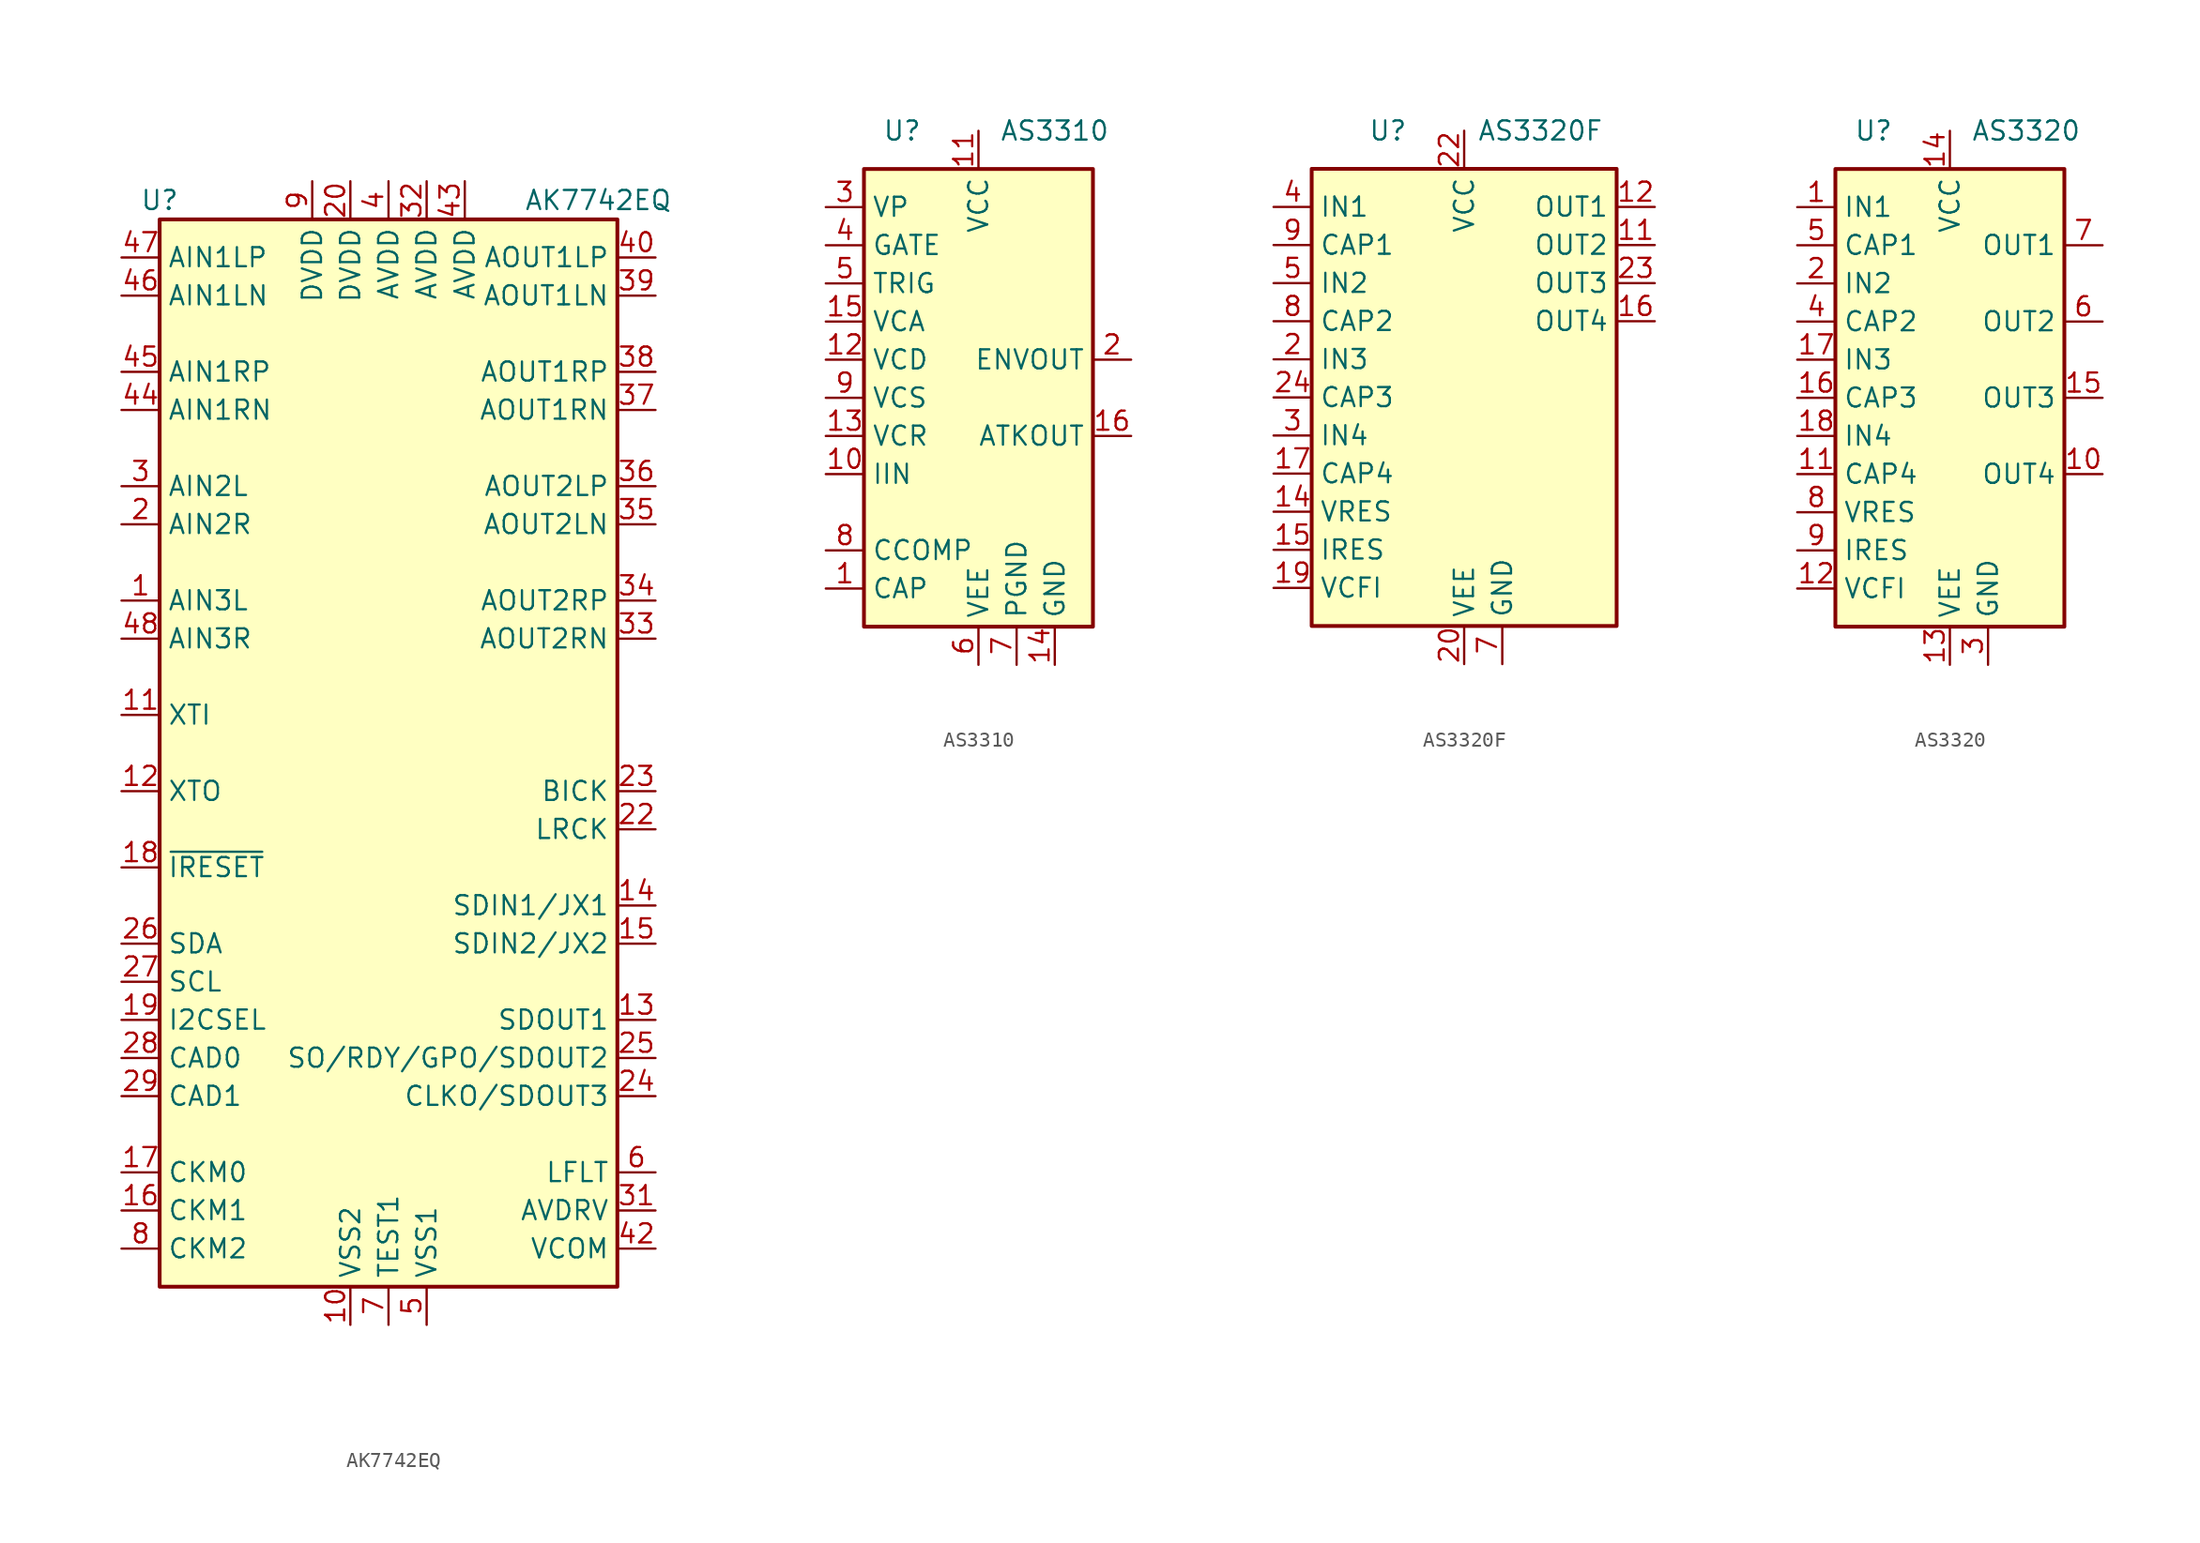
<source format=kicad_sym>
(kicad_symbol_lib
  (version 20241209)
  (generator "kicad_symbol_editor")
  (generator_version "9.0")
  (symbol "AK7742EQ"
    (property "Reference" "U"
      (at -15.24 36.83 0)
      (effects (font (size 1.27 1.27))))
    (property "Value" "AK7742EQ"
      (at 13.97 36.83 0)
      (effects (font (size 1.27 1.27))))
    (symbol "AK7742EQ_0_1"
      (rectangle (start -15.24 35.56) (end 15.24 -35.56) (stroke (width 0.254) (type default)) (fill (type background))))
    (symbol "AK7742EQ_1_1"
      (pin input line (at -17.78 33.02 0) (length 2.54) (name "AIN1LP" (effects (font (size 1.27 1.27)))) (number "47" (effects (font (size 1.27 1.27)))))
      (pin input line (at -17.78 30.48 0) (length 2.54) (name "AIN1LN" (effects (font (size 1.27 1.27)))) (number "46" (effects (font (size 1.27 1.27)))))
      (pin input line (at -17.78 25.4 0) (length 2.54) (name "AIN1RP" (effects (font (size 1.27 1.27)))) (number "45" (effects (font (size 1.27 1.27)))))
      (pin input line (at -17.78 22.86 0) (length 2.54) (name "AIN1RN" (effects (font (size 1.27 1.27)))) (number "44" (effects (font (size 1.27 1.27)))))
      (pin input line (at -17.78 17.78 0) (length 2.54) (name "AIN2L" (effects (font (size 1.27 1.27)))) (number "3" (effects (font (size 1.27 1.27)))))
      (pin input line (at -17.78 15.24 0) (length 2.54) (name "AIN2R" (effects (font (size 1.27 1.27)))) (number "2" (effects (font (size 1.27 1.27)))))
      (pin input line (at -17.78 10.16 0) (length 2.54) (name "AIN3L" (effects (font (size 1.27 1.27)))) (number "1" (effects (font (size 1.27 1.27)))))
      (pin input line (at -17.78 7.62 0) (length 2.54) (name "AIN3R" (effects (font (size 1.27 1.27)))) (number "48" (effects (font (size 1.27 1.27)))))
      (pin input line (at -17.78 2.54 0) (length 2.54) (name "XTI" (effects (font (size 1.27 1.27)))) (number "11" (effects (font (size 1.27 1.27)))))
      (pin output line (at -17.78 -2.54 0) (length 2.54) (name "XTO" (effects (font (size 1.27 1.27)))) (number "12" (effects (font (size 1.27 1.27)))))
      (pin input line (at -17.78 -7.62 0) (length 2.54) (name "~{IRESET}" (effects (font (size 1.27 1.27)))) (number "18" (effects (font (size 1.27 1.27)))))
      (pin bidirectional line (at -17.78 -12.7 0) (length 2.54) (name "SDA" (effects (font (size 1.27 1.27)))) (number "26" (effects (font (size 1.27 1.27)))))
      (pin input line (at -17.78 -15.24 0) (length 2.54) (name "SCL" (effects (font (size 1.27 1.27)))) (number "27" (effects (font (size 1.27 1.27)))))
      (pin input line (at -17.78 -17.78 0) (length 2.54) (name "I2CSEL" (effects (font (size 1.27 1.27)))) (number "19" (effects (font (size 1.27 1.27)))))
      (pin input line (at -17.78 -20.32 0) (length 2.54) (name "CAD0" (effects (font (size 1.27 1.27)))) (number "28" (effects (font (size 1.27 1.27)))))
      (pin input line (at -17.78 -22.86 0) (length 2.54) (name "CAD1" (effects (font (size 1.27 1.27)))) (number "29" (effects (font (size 1.27 1.27)))))
      (pin input line (at -17.78 -27.94 0) (length 2.54) (name "CKM0" (effects (font (size 1.27 1.27)))) (number "17" (effects (font (size 1.27 1.27)))))
      (pin input line (at -17.78 -30.48 0) (length 2.54) (name "CKM1" (effects (font (size 1.27 1.27)))) (number "16" (effects (font (size 1.27 1.27)))))
      (pin input line (at -17.78 -33.02 0) (length 2.54) (name "CKM2" (effects (font (size 1.27 1.27)))) (number "8" (effects (font (size 1.27 1.27)))))
      (pin power_in line (at -5.08 38.1 270) (length 2.54) (name "DVDD" (effects (font (size 1.27 1.27)))) (number "9" (effects (font (size 1.27 1.27)))))
      (pin power_in line (at -2.54 38.1 270) (length 2.54) (name "DVDD" (effects (font (size 1.27 1.27)))) (number "20" (effects (font (size 1.27 1.27)))))
      (pin power_in line (at -2.54 -38.1 90) (length 2.54) (name "VSS2" (effects (font (size 1.27 1.27)))) (number "10" (effects (font (size 1.27 1.27)))))
      (pin passive line (at -2.54 -38.1 90) (length 2.54) (hide yes) (name "VSS2" (effects (font (size 1.27 1.27)))) (number "21" (effects (font (size 1.27 1.27)))))
      (pin power_in line (at 0 38.1 270) (length 2.54) (name "AVDD" (effects (font (size 1.27 1.27)))) (number "4" (effects (font (size 1.27 1.27)))))
      (pin passive line (at 0 -38.1 90) (length 2.54) (name "TEST1" (effects (font (size 1.27 1.27)))) (number "7" (effects (font (size 1.27 1.27)))))
      (pin power_in line (at 2.54 38.1 270) (length 2.54) (name "AVDD" (effects (font (size 1.27 1.27)))) (number "32" (effects (font (size 1.27 1.27)))))
      (pin passive line (at 2.54 -38.1 90) (length 2.54) (hide yes) (name "VSS1" (effects (font (size 1.27 1.27)))) (number "30" (effects (font (size 1.27 1.27)))))
      (pin passive line (at 2.54 -38.1 90) (length 2.54) (hide yes) (name "VSS1" (effects (font (size 1.27 1.27)))) (number "41" (effects (font (size 1.27 1.27)))))
      (pin power_in line (at 2.54 -38.1 90) (length 2.54) (name "VSS1" (effects (font (size 1.27 1.27)))) (number "5" (effects (font (size 1.27 1.27)))))
      (pin power_in line (at 5.08 38.1 270) (length 2.54) (name "AVDD" (effects (font (size 1.27 1.27)))) (number "43" (effects (font (size 1.27 1.27)))))
      (pin output line (at 17.78 33.02 180) (length 2.54) (name "AOUT1LP" (effects (font (size 1.27 1.27)))) (number "40" (effects (font (size 1.27 1.27)))))
      (pin output line (at 17.78 30.48 180) (length 2.54) (name "AOUT1LN" (effects (font (size 1.27 1.27)))) (number "39" (effects (font (size 1.27 1.27)))))
      (pin output line (at 17.78 25.4 180) (length 2.54) (name "AOUT1RP" (effects (font (size 1.27 1.27)))) (number "38" (effects (font (size 1.27 1.27)))))
      (pin output line (at 17.78 22.86 180) (length 2.54) (name "AOUT1RN" (effects (font (size 1.27 1.27)))) (number "37" (effects (font (size 1.27 1.27)))))
      (pin output line (at 17.78 17.78 180) (length 2.54) (name "AOUT2LP" (effects (font (size 1.27 1.27)))) (number "36" (effects (font (size 1.27 1.27)))))
      (pin output line (at 17.78 15.24 180) (length 2.54) (name "AOUT2LN" (effects (font (size 1.27 1.27)))) (number "35" (effects (font (size 1.27 1.27)))))
      (pin output line (at 17.78 10.16 180) (length 2.54) (name "AOUT2RP" (effects (font (size 1.27 1.27)))) (number "34" (effects (font (size 1.27 1.27)))))
      (pin output line (at 17.78 7.62 180) (length 2.54) (name "AOUT2RN" (effects (font (size 1.27 1.27)))) (number "33" (effects (font (size 1.27 1.27)))))
      (pin bidirectional line (at 17.78 -2.54 180) (length 2.54) (name "BICK" (effects (font (size 1.27 1.27)))) (number "23" (effects (font (size 1.27 1.27)))))
      (pin bidirectional line (at 17.78 -5.08 180) (length 2.54) (name "LRCK" (effects (font (size 1.27 1.27)))) (number "22" (effects (font (size 1.27 1.27)))))
      (pin input line (at 17.78 -10.16 180) (length 2.54) (name "SDIN1/JX1" (effects (font (size 1.27 1.27)))) (number "14" (effects (font (size 1.27 1.27)))))
      (pin input line (at 17.78 -12.7 180) (length 2.54) (name "SDIN2/JX2" (effects (font (size 1.27 1.27)))) (number "15" (effects (font (size 1.27 1.27)))))
      (pin output line (at 17.78 -17.78 180) (length 2.54) (name "SDOUT1" (effects (font (size 1.27 1.27)))) (number "13" (effects (font (size 1.27 1.27)))))
      (pin output line (at 17.78 -20.32 180) (length 2.54) (name "SO/RDY/GPO/SDOUT2" (effects (font (size 1.27 1.27)))) (number "25" (effects (font (size 1.27 1.27)))))
      (pin output line (at 17.78 -22.86 180) (length 2.54) (name "CLKO/SDOUT3" (effects (font (size 1.27 1.27)))) (number "24" (effects (font (size 1.27 1.27)))))
      (pin passive line (at 17.78 -27.94 180) (length 2.54) (name "LFLT" (effects (font (size 1.27 1.27)))) (number "6" (effects (font (size 1.27 1.27)))))
      (pin passive line (at 17.78 -30.48 180) (length 2.54) (name "AVDRV" (effects (font (size 1.27 1.27)))) (number "31" (effects (font (size 1.27 1.27)))))
      (pin passive line (at 17.78 -33.02 180) (length 2.54) (name "VCOM" (effects (font (size 1.27 1.27)))) (number "42" (effects (font (size 1.27 1.27)))))))
  (symbol "AS3310"
    (property "Reference" "U"
      (at -5.08 17.78 0)
      (effects (font (size 1.27 1.27))))
    (property "Value" "AS3310"
      (at 5.08 17.78 0)
      (effects (font (size 1.27 1.27))))
    (symbol "AS3310_0_1"
      (rectangle (start 7.62 -15.24) (end -7.62 15.24) (stroke (width 0.254) (type default)) (fill (type background))))
    (symbol "AS3310_1_1"
      (pin input line (at -10.16 12.7 0) (length 2.54) (name "VP" (effects (font (size 1.27 1.27)))) (number "3" (effects (font (size 1.27 1.27)))))
      (pin input line (at -10.16 10.16 0) (length 2.54) (name "GATE" (effects (font (size 1.27 1.27)))) (number "4" (effects (font (size 1.27 1.27)))))
      (pin input line (at -10.16 7.62 0) (length 2.54) (name "TRIG" (effects (font (size 1.27 1.27)))) (number "5" (effects (font (size 1.27 1.27)))))
      (pin input line (at -10.16 5.08 0) (length 2.54) (name "VCA" (effects (font (size 1.27 1.27)))) (number "15" (effects (font (size 1.27 1.27)))))
      (pin input line (at -10.16 2.54 0) (length 2.54) (name "VCD" (effects (font (size 1.27 1.27)))) (number "12" (effects (font (size 1.27 1.27)))))
      (pin input line (at -10.16 0 0) (length 2.54) (name "VCS" (effects (font (size 1.27 1.27)))) (number "9" (effects (font (size 1.27 1.27)))))
      (pin input line (at -10.16 -2.54 0) (length 2.54) (name "VCR" (effects (font (size 1.27 1.27)))) (number "13" (effects (font (size 1.27 1.27)))))
      (pin input line (at -10.16 -5.08 0) (length 2.54) (name "IIN" (effects (font (size 1.27 1.27)))) (number "10" (effects (font (size 1.27 1.27)))))
      (pin passive line (at -10.16 -10.16 0) (length 2.54) (name "CCOMP" (effects (font (size 1.27 1.27)))) (number "8" (effects (font (size 1.27 1.27)))))
      (pin passive line (at -10.16 -12.7 0) (length 2.54) (name "CAP" (effects (font (size 1.27 1.27)))) (number "1" (effects (font (size 1.27 1.27)))))
      (pin power_in line (at 0 17.78 270) (length 2.54) (name "VCC" (effects (font (size 1.27 1.27)))) (number "11" (effects (font (size 1.27 1.27)))))
      (pin power_in line (at 0 -17.78 90) (length 2.54) (name "VEE" (effects (font (size 1.27 1.27)))) (number "6" (effects (font (size 1.27 1.27)))))
      (pin power_in line (at 2.54 -17.78 90) (length 2.54) (name "PGND" (effects (font (size 1.27 1.27)))) (number "7" (effects (font (size 1.27 1.27)))))
      (pin power_in line (at 5.08 -17.78 90) (length 2.54) (name "GND" (effects (font (size 1.27 1.27)))) (number "14" (effects (font (size 1.27 1.27)))))
      (pin output line (at 10.16 2.54 180) (length 2.54) (name "ENVOUT" (effects (font (size 1.27 1.27)))) (number "2" (effects (font (size 1.27 1.27)))))
      (pin output line (at 10.16 -2.54 180) (length 2.54) (name "ATKOUT" (effects (font (size 1.27 1.27)))) (number "16" (effects (font (size 1.27 1.27)))))))
  (symbol "AS3320F"
    (property "Reference" "U"
      (at -5.08 17.78 0)
      (effects (font (size 1.27 1.27))))
    (property "Value" "AS3320F"
      (at 5.08 17.78 0)
      (effects (font (size 1.27 1.27))))
    (symbol "AS3320F_0_1"
      (rectangle (start -10.16 15.24) (end 10.16 -15.24) (stroke (width 0.254) (type default)) (fill (type background))))
    (symbol "AS3320F_1_1"
      (pin input line (at -12.7 12.7 0) (length 2.54) (name "IN1" (effects (font (size 1.27 1.27)))) (number "4" (effects (font (size 1.27 1.27)))))
      (pin passive line (at -12.7 10.16 0) (length 2.54) (name "CAP1" (effects (font (size 1.27 1.27)))) (number "9" (effects (font (size 1.27 1.27)))))
      (pin input line (at -12.7 7.62 0) (length 2.54) (name "IN2" (effects (font (size 1.27 1.27)))) (number "5" (effects (font (size 1.27 1.27)))))
      (pin passive line (at -12.7 5.08 0) (length 2.54) (name "CAP2" (effects (font (size 1.27 1.27)))) (number "8" (effects (font (size 1.27 1.27)))))
      (pin input line (at -12.7 2.54 0) (length 2.54) (name "IN3" (effects (font (size 1.27 1.27)))) (number "2" (effects (font (size 1.27 1.27)))))
      (pin passive line (at -12.7 0 0) (length 2.54) (name "CAP3" (effects (font (size 1.27 1.27)))) (number "24" (effects (font (size 1.27 1.27)))))
      (pin input line (at -12.7 -2.54 0) (length 2.54) (name "IN4" (effects (font (size 1.27 1.27)))) (number "3" (effects (font (size 1.27 1.27)))))
      (pin passive line (at -12.7 -5.08 0) (length 2.54) (name "CAP4" (effects (font (size 1.27 1.27)))) (number "17" (effects (font (size 1.27 1.27)))))
      (pin input line (at -12.7 -7.62 0) (length 2.54) (name "VRES" (effects (font (size 1.27 1.27)))) (number "14" (effects (font (size 1.27 1.27)))))
      (pin input line (at -12.7 -10.16 0) (length 2.54) (name "IRES" (effects (font (size 1.27 1.27)))) (number "15" (effects (font (size 1.27 1.27)))))
      (pin input line (at -12.7 -12.7 0) (length 2.54) (name "VCFI" (effects (font (size 1.27 1.27)))) (number "19" (effects (font (size 1.27 1.27)))))
      (pin power_in line (at 0 17.78 270) (length 2.54) (name "VCC" (effects (font (size 1.27 1.27)))) (number "22" (effects (font (size 1.27 1.27)))))
      (pin power_in line (at 0 -17.78 90) (length 2.54) (name "VEE" (effects (font (size 1.27 1.27)))) (number "20" (effects (font (size 1.27 1.27)))))
      (pin power_in line (at 2.54 -17.78 90) (length 2.54) (name "GND" (effects (font (size 1.27 1.27)))) (number "7" (effects (font (size 1.27 1.27)))))
      (pin no_connect line (at 10.16 0 180) (length 2.54) (hide yes) (name "NC" (effects (font (size 1.27 1.27)))) (number "1" (effects (font (size 1.27 1.27)))))
      (pin no_connect line (at 10.16 -2.54 180) (length 2.54) (hide yes) (name "NC" (effects (font (size 1.27 1.27)))) (number "6" (effects (font (size 1.27 1.27)))))
      (pin no_connect line (at 10.16 -5.08 180) (length 2.54) (hide yes) (name "NC" (effects (font (size 1.27 1.27)))) (number "10" (effects (font (size 1.27 1.27)))))
      (pin no_connect line (at 10.16 -7.62 180) (length 2.54) (hide yes) (name "NC" (effects (font (size 1.27 1.27)))) (number "13" (effects (font (size 1.27 1.27)))))
      (pin no_connect line (at 10.16 -10.16 180) (length 2.54) (hide yes) (name "NC" (effects (font (size 1.27 1.27)))) (number "18" (effects (font (size 1.27 1.27)))))
      (pin no_connect line (at 10.16 -12.7 180) (length 2.54) (hide yes) (name "NC" (effects (font (size 1.27 1.27)))) (number "21" (effects (font (size 1.27 1.27)))))
      (pin output line (at 12.7 12.7 180) (length 2.54) (name "OUT1" (effects (font (size 1.27 1.27)))) (number "12" (effects (font (size 1.27 1.27)))))
      (pin output line (at 12.7 10.16 180) (length 2.54) (name "OUT2" (effects (font (size 1.27 1.27)))) (number "11" (effects (font (size 1.27 1.27)))))
      (pin output line (at 12.7 7.62 180) (length 2.54) (name "OUT3" (effects (font (size 1.27 1.27)))) (number "23" (effects (font (size 1.27 1.27)))))
      (pin output line (at 12.7 5.08 180) (length 2.54) (name "OUT4" (effects (font (size 1.27 1.27)))) (number "16" (effects (font (size 1.27 1.27)))))))
  (symbol "AS3320"
    (property "Reference" "U"
      (at -5.08 17.78 0)
      (effects (font (size 1.27 1.27))))
    (property "Value" "AS3320"
      (at 5.08 17.78 0)
      (effects (font (size 1.27 1.27))))
    (symbol "AS3320_0_1"
      (rectangle (start -7.62 15.24) (end 7.62 -15.24) (stroke (width 0.254) (type default)) (fill (type background))))
    (symbol "AS3320_1_1"
      (pin input line (at -10.16 12.7 0) (length 2.54) (name "IN1" (effects (font (size 1.27 1.27)))) (number "1" (effects (font (size 1.27 1.27)))))
      (pin passive line (at -10.16 10.16 0) (length 2.54) (name "CAP1" (effects (font (size 1.27 1.27)))) (number "5" (effects (font (size 1.27 1.27)))))
      (pin input line (at -10.16 7.62 0) (length 2.54) (name "IN2" (effects (font (size 1.27 1.27)))) (number "2" (effects (font (size 1.27 1.27)))))
      (pin passive line (at -10.16 5.08 0) (length 2.54) (name "CAP2" (effects (font (size 1.27 1.27)))) (number "4" (effects (font (size 1.27 1.27)))))
      (pin input line (at -10.16 2.54 0) (length 2.54) (name "IN3" (effects (font (size 1.27 1.27)))) (number "17" (effects (font (size 1.27 1.27)))))
      (pin passive line (at -10.16 0 0) (length 2.54) (name "CAP3" (effects (font (size 1.27 1.27)))) (number "16" (effects (font (size 1.27 1.27)))))
      (pin input line (at -10.16 -2.54 0) (length 2.54) (name "IN4" (effects (font (size 1.27 1.27)))) (number "18" (effects (font (size 1.27 1.27)))))
      (pin passive line (at -10.16 -5.08 0) (length 2.54) (name "CAP4" (effects (font (size 1.27 1.27)))) (number "11" (effects (font (size 1.27 1.27)))))
      (pin input line (at -10.16 -7.62 0) (length 2.54) (name "VRES" (effects (font (size 1.27 1.27)))) (number "8" (effects (font (size 1.27 1.27)))))
      (pin input line (at -10.16 -10.16 0) (length 2.54) (name "IRES" (effects (font (size 1.27 1.27)))) (number "9" (effects (font (size 1.27 1.27)))))
      (pin input line (at -10.16 -12.7 0) (length 2.54) (name "VCFI" (effects (font (size 1.27 1.27)))) (number "12" (effects (font (size 1.27 1.27)))))
      (pin power_in line (at 0 17.78 270) (length 2.54) (name "VCC" (effects (font (size 1.27 1.27)))) (number "14" (effects (font (size 1.27 1.27)))))
      (pin power_in line (at 0 -17.78 90) (length 2.54) (name "VEE" (effects (font (size 1.27 1.27)))) (number "13" (effects (font (size 1.27 1.27)))))
      (pin power_in line (at 2.54 -17.78 90) (length 2.54) (name "GND" (effects (font (size 1.27 1.27)))) (number "3" (effects (font (size 1.27 1.27)))))
      (pin output line (at 10.16 10.16 180) (length 2.54) (name "OUT1" (effects (font (size 1.27 1.27)))) (number "7" (effects (font (size 1.27 1.27)))))
      (pin output line (at 10.16 5.08 180) (length 2.54) (name "OUT2" (effects (font (size 1.27 1.27)))) (number "6" (effects (font (size 1.27 1.27)))))
      (pin output line (at 10.16 0 180) (length 2.54) (name "OUT3" (effects (font (size 1.27 1.27)))) (number "15" (effects (font (size 1.27 1.27)))))
      (pin output line (at 10.16 -5.08 180) (length 2.54) (name "OUT4" (effects (font (size 1.27 1.27)))) (number "10" (effects (font (size 1.27 1.27))))))))
</source>
